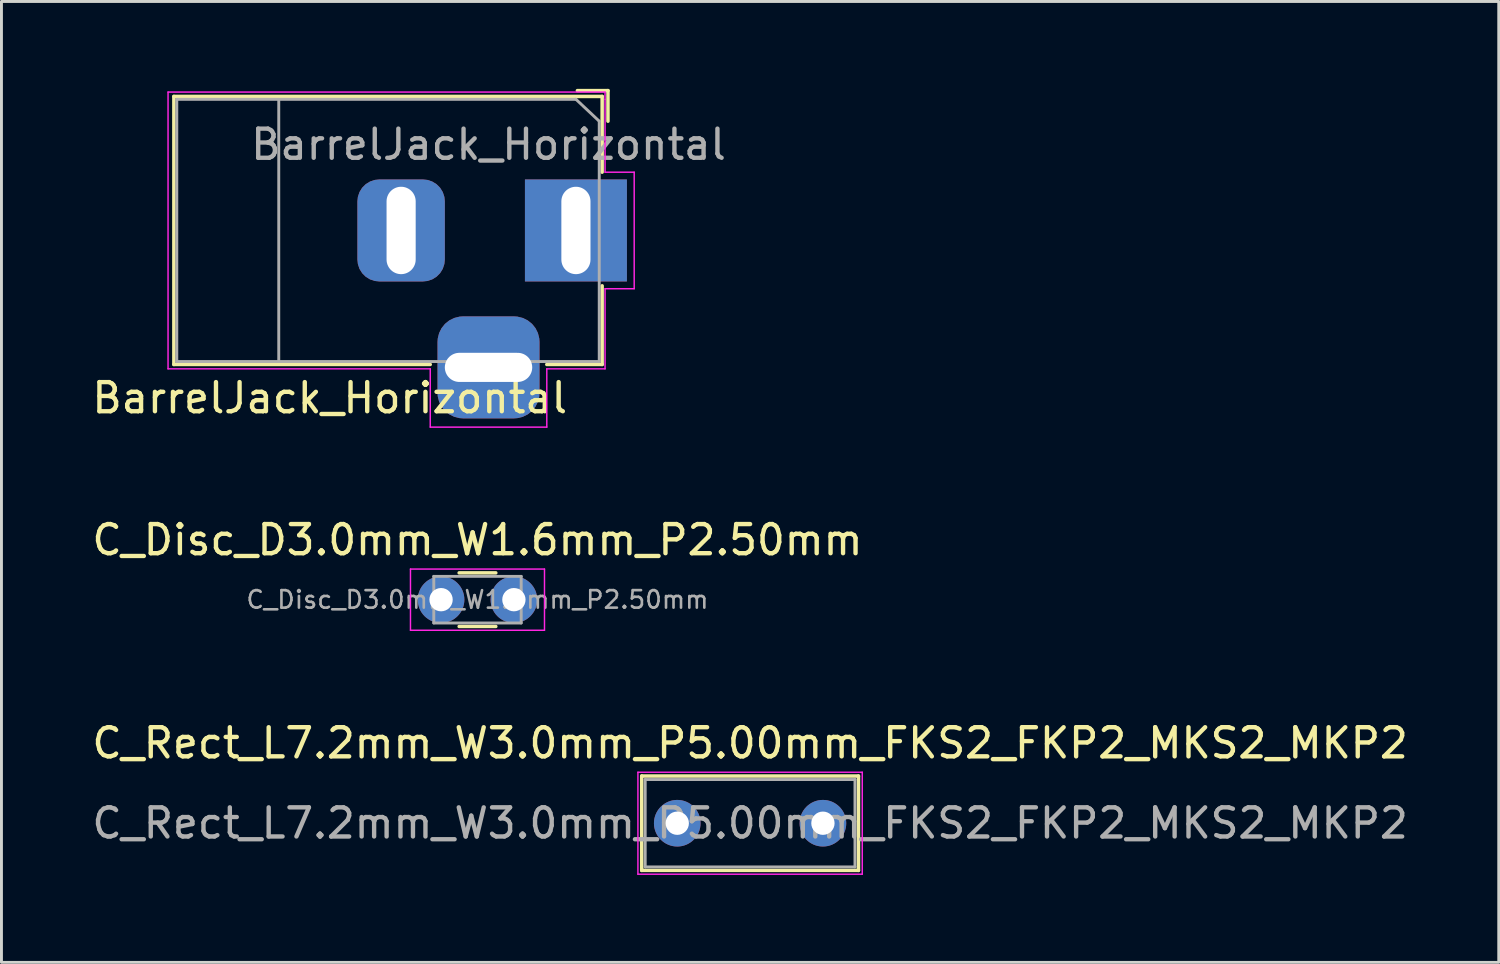
<source format=kicad_pcb>
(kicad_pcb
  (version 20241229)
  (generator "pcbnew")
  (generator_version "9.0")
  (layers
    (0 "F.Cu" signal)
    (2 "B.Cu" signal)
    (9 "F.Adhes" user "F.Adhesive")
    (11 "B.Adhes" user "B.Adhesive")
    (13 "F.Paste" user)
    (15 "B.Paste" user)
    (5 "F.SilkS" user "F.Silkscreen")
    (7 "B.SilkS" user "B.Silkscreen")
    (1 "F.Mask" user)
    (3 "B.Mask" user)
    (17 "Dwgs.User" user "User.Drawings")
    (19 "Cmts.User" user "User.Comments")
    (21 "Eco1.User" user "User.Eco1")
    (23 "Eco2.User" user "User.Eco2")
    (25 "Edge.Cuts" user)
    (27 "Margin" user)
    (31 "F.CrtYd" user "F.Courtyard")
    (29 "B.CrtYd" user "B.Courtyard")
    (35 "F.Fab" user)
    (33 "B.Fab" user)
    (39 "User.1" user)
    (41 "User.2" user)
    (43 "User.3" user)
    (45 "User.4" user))
  (footprint "C_Disc_D3.0mm_W1.6mm_P2.50mm"
    (layer "F.Cu")
    (at 12.089 17.533)
    (property "Reference" "C_Disc_D3.0mm_W1.6mm_P2.50mm" (at 1.25 -2.05 0) (layer "F.SilkS") (effects (font (size 1 1) (thickness 0.15))))
    (attr through_hole)
    (fp_line (start 0.621 -0.92) (end 1.879 -0.92) (stroke (width 0.12) (type solid)) (layer "F.SilkS"))
    (fp_line (start 0.621 0.92) (end 1.879 0.92) (stroke (width 0.12) (type solid)) (layer "F.SilkS"))
    (fp_line (start -1.05 -1.05) (end -1.05 1.05) (stroke (width 0.05) (type solid)) (layer "F.CrtYd"))
    (fp_line (start -1.05 1.05) (end 3.55 1.05) (stroke (width 0.05) (type solid)) (layer "F.CrtYd"))
    (fp_line (start 3.55 -1.05) (end -1.05 -1.05) (stroke (width 0.05) (type solid)) (layer "F.CrtYd"))
    (fp_line (start 3.55 1.05) (end 3.55 -1.05) (stroke (width 0.05) (type solid)) (layer "F.CrtYd"))
    (fp_line (start -0.25 -0.8) (end -0.25 0.8) (stroke (width 0.1) (type solid)) (layer "F.Fab"))
    (fp_line (start -0.25 0.8) (end 2.75 0.8) (stroke (width 0.1) (type solid)) (layer "F.Fab"))
    (fp_line (start 2.75 -0.8) (end -0.25 -0.8) (stroke (width 0.1) (type solid)) (layer "F.Fab"))
    (fp_line (start 2.75 0.8) (end 2.75 -0.8) (stroke (width 0.1) (type solid)) (layer "F.Fab"))
    (fp_text user "${REFERENCE}" (at 1.25 0 0) (layer "F.Fab") (effects (font (size 0.6 0.6) (thickness 0.09))))
    (pad "1" thru_hole circle (at 0 0) (size 1.6 1.6) (drill 0.8) (layers "*.Cu" "*.Mask"))
    (pad "2" thru_hole circle (at 2.5 0) (size 1.6 1.6) (drill 0.8) (layers "*.Cu" "*.Mask")))
  (footprint "BarrelJack_Horizontal"
    (layer "F.Cu")
    (at 16.718 4.86)
    (property "Reference" "BarrelJack_Horizontal" (at -8.45 5.75 0) (layer "F.SilkS") (effects (font (size 1 1) (thickness 0.15))))
    (attr through_hole)
    (fp_line (start -13.8 -4.6) (end 0.9 -4.6) (stroke (width 0.12) (type solid)) (layer "F.SilkS"))
    (fp_line (start -13.8 4.6) (end -13.8 -4.6) (stroke (width 0.12) (type solid)) (layer "F.SilkS"))
    (fp_line (start -5 4.6) (end -13.8 4.6) (stroke (width 0.12) (type solid)) (layer "F.SilkS"))
    (fp_line (start 0.05 -4.8) (end 1.1 -4.8) (stroke (width 0.12) (type solid)) (layer "F.SilkS"))
    (fp_line (start 0.9 -4.6) (end 0.9 -2) (stroke (width 0.12) (type solid)) (layer "F.SilkS"))
    (fp_line (start 0.9 1.9) (end 0.9 4.6) (stroke (width 0.12) (type solid)) (layer "F.SilkS"))
    (fp_line (start 0.9 4.6) (end -1 4.6) (stroke (width 0.12) (type solid)) (layer "F.SilkS"))
    (fp_line (start 1.1 -3.75) (end 1.1 -4.8) (stroke (width 0.12) (type solid)) (layer "F.SilkS"))
    (fp_line (start -14 4.75) (end -14 -4.75) (stroke (width 0.05) (type solid)) (layer "F.CrtYd"))
    (fp_line (start -5 4.75) (end -14 4.75) (stroke (width 0.05) (type solid)) (layer "F.CrtYd"))
    (fp_line (start -5 6.75) (end -5 4.75) (stroke (width 0.05) (type solid)) (layer "F.CrtYd"))
    (fp_line (start -1 4.75) (end -1 6.75) (stroke (width 0.05) (type solid)) (layer "F.CrtYd"))
    (fp_line (start -1 6.75) (end -5 6.75) (stroke (width 0.05) (type solid)) (layer "F.CrtYd"))
    (fp_line (start 1 -4.75) (end -14 -4.75) (stroke (width 0.05) (type solid)) (layer "F.CrtYd"))
    (fp_line (start 1 -4.5) (end 1 -4.75) (stroke (width 0.05) (type solid)) (layer "F.CrtYd"))
    (fp_line (start 1 -4.5) (end 1 -2) (stroke (width 0.05) (type solid)) (layer "F.CrtYd"))
    (fp_line (start 1 -2) (end 2 -2) (stroke (width 0.05) (type solid)) (layer "F.CrtYd"))
    (fp_line (start 1 2) (end 1 4.75) (stroke (width 0.05) (type solid)) (layer "F.CrtYd"))
    (fp_line (start 1 4.75) (end -1 4.75) (stroke (width 0.05) (type solid)) (layer "F.CrtYd"))
    (fp_line (start 2 -2) (end 2 2) (stroke (width 0.05) (type solid)) (layer "F.CrtYd"))
    (fp_line (start 2 2) (end 1 2) (stroke (width 0.05) (type solid)) (layer "F.CrtYd"))
    (fp_line (start -13.7 -4.5) (end -13.7 4.5) (stroke (width 0.1) (type solid)) (layer "F.Fab"))
    (fp_line (start -13.7 4.5) (end 0.8 4.5) (stroke (width 0.1) (type solid)) (layer "F.Fab"))
    (fp_line (start -10.2 -4.5) (end -10.2 4.5) (stroke (width 0.1) (type solid)) (layer "F.Fab"))
    (fp_line (start -0.003 -4.505) (end 0.8 -3.75) (stroke (width 0.1) (type solid)) (layer "F.Fab"))
    (fp_line (start 0 -4.5) (end -13.7 -4.5) (stroke (width 0.1) (type solid)) (layer "F.Fab"))
    (fp_line (start 0.8 4.5) (end 0.8 -3.75) (stroke (width 0.1) (type solid)) (layer "F.Fab"))
    (fp_text user "${REFERENCE}" (at -3 -2.95 0) (layer "F.Fab") (effects (font (size 1 1) (thickness 0.15))))
    (pad "1" thru_hole rect (at 0 0) (size 3.5 3.5) (drill oval 1 3) (layers "*.Cu" "*.Mask"))
    (pad "2" thru_hole roundrect (at -6 0) (size 3 3.5) (drill oval 1 3) (layers "*.Cu" "*.Mask") (roundrect_rratio 0.25))
    (pad "3" thru_hole roundrect (at -3 4.7) (size 3.5 3.5) (drill oval 3 1) (layers "*.Cu" "*.Mask") (roundrect_rratio 0.25)))
  (footprint "C_Rect_L7.2mm_W3.0mm_P5.00mm_FKS2_FKP2_MKS2_MKP2"
    (layer "F.Cu")
    (at 20.196 25.206)
    (property "Reference" "C_Rect_L7.2mm_W3.0mm_P5.00mm_FKS2_FKP2_MKS2_MKP2" (at 2.5 -2.75 0) (layer "F.SilkS") (effects (font (size 1 1) (thickness 0.15))))
    (attr through_hole)
    (fp_line (start -1.22 -1.62) (end -1.22 1.62) (stroke (width 0.12) (type solid)) (layer "F.SilkS"))
    (fp_line (start -1.22 -1.62) (end 6.22 -1.62) (stroke (width 0.12) (type solid)) (layer "F.SilkS"))
    (fp_line (start -1.22 1.62) (end 6.22 1.62) (stroke (width 0.12) (type solid)) (layer "F.SilkS"))
    (fp_line (start 6.22 -1.62) (end 6.22 1.62) (stroke (width 0.12) (type solid)) (layer "F.SilkS"))
    (fp_line (start -1.35 -1.75) (end -1.35 1.75) (stroke (width 0.05) (type solid)) (layer "F.CrtYd"))
    (fp_line (start -1.35 1.75) (end 6.35 1.75) (stroke (width 0.05) (type solid)) (layer "F.CrtYd"))
    (fp_line (start 6.35 -1.75) (end -1.35 -1.75) (stroke (width 0.05) (type solid)) (layer "F.CrtYd"))
    (fp_line (start 6.35 1.75) (end 6.35 -1.75) (stroke (width 0.05) (type solid)) (layer "F.CrtYd"))
    (fp_line (start -1.1 -1.5) (end -1.1 1.5) (stroke (width 0.1) (type solid)) (layer "F.Fab"))
    (fp_line (start -1.1 1.5) (end 6.1 1.5) (stroke (width 0.1) (type solid)) (layer "F.Fab"))
    (fp_line (start 6.1 -1.5) (end -1.1 -1.5) (stroke (width 0.1) (type solid)) (layer "F.Fab"))
    (fp_line (start 6.1 1.5) (end 6.1 -1.5) (stroke (width 0.1) (type solid)) (layer "F.Fab"))
    (fp_text user "${REFERENCE}" (at 2.5 0 0) (layer "F.Fab") (effects (font (size 1 1) (thickness 0.15))))
    (pad "1" thru_hole circle (at 0 0) (size 1.6 1.6) (drill 0.8) (layers "*.Cu" "*.Mask"))
    (pad "2" thru_hole circle (at 5 0) (size 1.6 1.6) (drill 0.8) (layers "*.Cu" "*.Mask")))
  (gr_rect
    (start -3 -3)
    (end 48.393 29.982)
    (stroke (width 0.1) (type default))
    (fill no)
    (layer "Edge.Cuts")))
</source>
